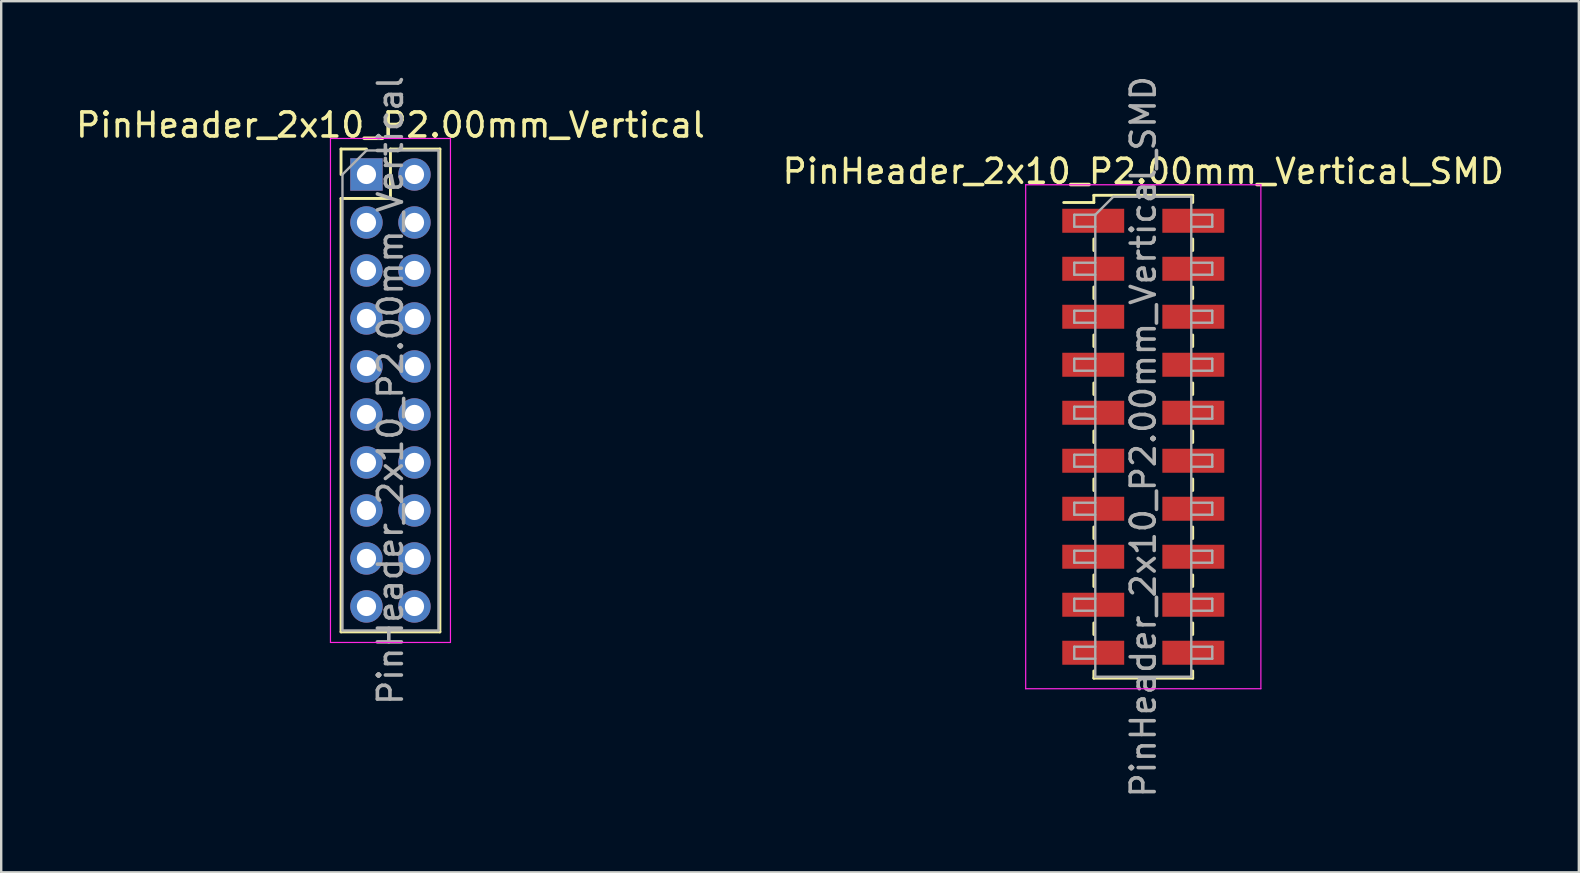
<source format=kicad_pcb>
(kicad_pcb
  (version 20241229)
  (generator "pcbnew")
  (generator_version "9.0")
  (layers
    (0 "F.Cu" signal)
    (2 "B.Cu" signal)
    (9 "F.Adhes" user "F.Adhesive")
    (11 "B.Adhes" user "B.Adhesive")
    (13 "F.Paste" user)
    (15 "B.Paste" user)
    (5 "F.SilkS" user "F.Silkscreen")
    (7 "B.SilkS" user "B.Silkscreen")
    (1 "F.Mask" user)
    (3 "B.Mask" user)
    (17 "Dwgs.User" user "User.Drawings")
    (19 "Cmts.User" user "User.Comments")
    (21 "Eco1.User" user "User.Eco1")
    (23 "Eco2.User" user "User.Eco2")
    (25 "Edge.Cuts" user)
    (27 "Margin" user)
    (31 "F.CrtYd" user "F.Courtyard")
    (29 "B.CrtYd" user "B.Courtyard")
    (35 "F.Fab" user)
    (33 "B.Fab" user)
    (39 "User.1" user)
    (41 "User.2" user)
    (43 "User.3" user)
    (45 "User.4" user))
  (footprint "PinHeader_2x10_P2.00mm_Vertical"
    (layer "F.Cu")
    (at 12.22 4.22)
    (property "Reference" "PinHeader_2x10_P2.00mm_Vertical" (at 1 -2.06 0) (layer "F.SilkS") (effects (font (size 1 1) (thickness 0.15))))
    (attr through_hole)
    (fp_line (start -1.06 -1.06) (end 0 -1.06) (stroke (width 0.12) (type solid)) (layer "F.SilkS"))
    (fp_line (start -1.06 0) (end -1.06 -1.06) (stroke (width 0.12) (type solid)) (layer "F.SilkS"))
    (fp_line (start -1.06 1) (end -1.06 19.06) (stroke (width 0.12) (type solid)) (layer "F.SilkS"))
    (fp_line (start -1.06 1) (end 1 1) (stroke (width 0.12) (type solid)) (layer "F.SilkS"))
    (fp_line (start -1.06 19.06) (end 3.06 19.06) (stroke (width 0.12) (type solid)) (layer "F.SilkS"))
    (fp_line (start 1 -1.06) (end 3.06 -1.06) (stroke (width 0.12) (type solid)) (layer "F.SilkS"))
    (fp_line (start 1 1) (end 1 -1.06) (stroke (width 0.12) (type solid)) (layer "F.SilkS"))
    (fp_line (start 3.06 -1.06) (end 3.06 19.06) (stroke (width 0.12) (type solid)) (layer "F.SilkS"))
    (fp_line (start -1.5 -1.5) (end -1.5 19.5) (stroke (width 0.05) (type solid)) (layer "F.CrtYd"))
    (fp_line (start -1.5 19.5) (end 3.5 19.5) (stroke (width 0.05) (type solid)) (layer "F.CrtYd"))
    (fp_line (start 3.5 -1.5) (end -1.5 -1.5) (stroke (width 0.05) (type solid)) (layer "F.CrtYd"))
    (fp_line (start 3.5 19.5) (end 3.5 -1.5) (stroke (width 0.05) (type solid)) (layer "F.CrtYd"))
    (fp_line (start -1 0) (end 0 -1) (stroke (width 0.1) (type solid)) (layer "F.Fab"))
    (fp_line (start -1 19) (end -1 0) (stroke (width 0.1) (type solid)) (layer "F.Fab"))
    (fp_line (start 0 -1) (end 3 -1) (stroke (width 0.1) (type solid)) (layer "F.Fab"))
    (fp_line (start 3 -1) (end 3 19) (stroke (width 0.1) (type solid)) (layer "F.Fab"))
    (fp_line (start 3 19) (end -1 19) (stroke (width 0.1) (type solid)) (layer "F.Fab"))
    (fp_text user "${REFERENCE}" (at 1 9 90) (layer "F.Fab") (effects (font (size 1 1) (thickness 0.15))))
    (pad "1" thru_hole rect (at 0 0) (size 1.35 1.35) (drill 0.8) (layers "*.Cu" "*.Mask"))
    (pad "2" thru_hole oval (at 2 0) (size 1.35 1.35) (drill 0.8) (layers "*.Cu" "*.Mask"))
    (pad "3" thru_hole oval (at 0 2) (size 1.35 1.35) (drill 0.8) (layers "*.Cu" "*.Mask"))
    (pad "4" thru_hole oval (at 2 2) (size 1.35 1.35) (drill 0.8) (layers "*.Cu" "*.Mask"))
    (pad "5" thru_hole oval (at 0 4) (size 1.35 1.35) (drill 0.8) (layers "*.Cu" "*.Mask"))
    (pad "6" thru_hole oval (at 2 4) (size 1.35 1.35) (drill 0.8) (layers "*.Cu" "*.Mask"))
    (pad "7" thru_hole oval (at 0 6) (size 1.35 1.35) (drill 0.8) (layers "*.Cu" "*.Mask"))
    (pad "8" thru_hole oval (at 2 6) (size 1.35 1.35) (drill 0.8) (layers "*.Cu" "*.Mask"))
    (pad "9" thru_hole oval (at 0 8) (size 1.35 1.35) (drill 0.8) (layers "*.Cu" "*.Mask"))
    (pad "10" thru_hole oval (at 2 8) (size 1.35 1.35) (drill 0.8) (layers "*.Cu" "*.Mask"))
    (pad "11" thru_hole oval (at 0 10) (size 1.35 1.35) (drill 0.8) (layers "*.Cu" "*.Mask"))
    (pad "12" thru_hole oval (at 2 10) (size 1.35 1.35) (drill 0.8) (layers "*.Cu" "*.Mask"))
    (pad "13" thru_hole oval (at 0 12) (size 1.35 1.35) (drill 0.8) (layers "*.Cu" "*.Mask"))
    (pad "14" thru_hole oval (at 2 12) (size 1.35 1.35) (drill 0.8) (layers "*.Cu" "*.Mask"))
    (pad "15" thru_hole oval (at 0 14) (size 1.35 1.35) (drill 0.8) (layers "*.Cu" "*.Mask"))
    (pad "16" thru_hole oval (at 2 14) (size 1.35 1.35) (drill 0.8) (layers "*.Cu" "*.Mask"))
    (pad "17" thru_hole oval (at 0 16) (size 1.35 1.35) (drill 0.8) (layers "*.Cu" "*.Mask"))
    (pad "18" thru_hole oval (at 2 16) (size 1.35 1.35) (drill 0.8) (layers "*.Cu" "*.Mask"))
    (pad "19" thru_hole oval (at 0 18) (size 1.35 1.35) (drill 0.8) (layers "*.Cu" "*.Mask"))
    (pad "20" thru_hole oval (at 2 18) (size 1.35 1.35) (drill 0.8) (layers "*.Cu" "*.Mask")))
  (footprint "PinHeader_2x10_P2.00mm_Vertical_SMD"
    (layer "F.Cu")
    (at 44.589 15.149)
    (property "Reference" "PinHeader_2x10_P2.00mm_Vertical_SMD" (at 0 -11.06 0) (layer "F.SilkS") (effects (font (size 1 1) (thickness 0.15))))
    (attr smd)
    (fp_line (start -3.315 -9.76) (end -2.06 -9.76) (stroke (width 0.12) (type solid)) (layer "F.SilkS"))
    (fp_line (start -2.06 -10.06) (end -2.06 -9.76) (stroke (width 0.12) (type solid)) (layer "F.SilkS"))
    (fp_line (start -2.06 -10.06) (end 2.06 -10.06) (stroke (width 0.12) (type solid)) (layer "F.SilkS"))
    (fp_line (start -2.06 -8.24) (end -2.06 -7.76) (stroke (width 0.12) (type solid)) (layer "F.SilkS"))
    (fp_line (start -2.06 -6.24) (end -2.06 -5.76) (stroke (width 0.12) (type solid)) (layer "F.SilkS"))
    (fp_line (start -2.06 -4.24) (end -2.06 -3.76) (stroke (width 0.12) (type solid)) (layer "F.SilkS"))
    (fp_line (start -2.06 -2.24) (end -2.06 -1.76) (stroke (width 0.12) (type solid)) (layer "F.SilkS"))
    (fp_line (start -2.06 -0.24) (end -2.06 0.24) (stroke (width 0.12) (type solid)) (layer "F.SilkS"))
    (fp_line (start -2.06 1.76) (end -2.06 2.24) (stroke (width 0.12) (type solid)) (layer "F.SilkS"))
    (fp_line (start -2.06 3.76) (end -2.06 4.24) (stroke (width 0.12) (type solid)) (layer "F.SilkS"))
    (fp_line (start -2.06 5.76) (end -2.06 6.24) (stroke (width 0.12) (type solid)) (layer "F.SilkS"))
    (fp_line (start -2.06 7.76) (end -2.06 8.24) (stroke (width 0.12) (type solid)) (layer "F.SilkS"))
    (fp_line (start -2.06 9.76) (end -2.06 10.06) (stroke (width 0.12) (type solid)) (layer "F.SilkS"))
    (fp_line (start -2.06 10.06) (end 2.06 10.06) (stroke (width 0.12) (type solid)) (layer "F.SilkS"))
    (fp_line (start 2.06 -10.06) (end 2.06 -9.76) (stroke (width 0.12) (type solid)) (layer "F.SilkS"))
    (fp_line (start 2.06 -8.24) (end 2.06 -7.76) (stroke (width 0.12) (type solid)) (layer "F.SilkS"))
    (fp_line (start 2.06 -6.24) (end 2.06 -5.76) (stroke (width 0.12) (type solid)) (layer "F.SilkS"))
    (fp_line (start 2.06 -4.24) (end 2.06 -3.76) (stroke (width 0.12) (type solid)) (layer "F.SilkS"))
    (fp_line (start 2.06 -2.24) (end 2.06 -1.76) (stroke (width 0.12) (type solid)) (layer "F.SilkS"))
    (fp_line (start 2.06 -0.24) (end 2.06 0.24) (stroke (width 0.12) (type solid)) (layer "F.SilkS"))
    (fp_line (start 2.06 1.76) (end 2.06 2.24) (stroke (width 0.12) (type solid)) (layer "F.SilkS"))
    (fp_line (start 2.06 3.76) (end 2.06 4.24) (stroke (width 0.12) (type solid)) (layer "F.SilkS"))
    (fp_line (start 2.06 5.76) (end 2.06 6.24) (stroke (width 0.12) (type solid)) (layer "F.SilkS"))
    (fp_line (start 2.06 7.76) (end 2.06 8.24) (stroke (width 0.12) (type solid)) (layer "F.SilkS"))
    (fp_line (start 2.06 9.76) (end 2.06 10.06) (stroke (width 0.12) (type solid)) (layer "F.SilkS"))
    (fp_line (start -4.9 -10.5) (end -4.9 10.5) (stroke (width 0.05) (type solid)) (layer "F.CrtYd"))
    (fp_line (start -4.9 10.5) (end 4.9 10.5) (stroke (width 0.05) (type solid)) (layer "F.CrtYd"))
    (fp_line (start 4.9 -10.5) (end -4.9 -10.5) (stroke (width 0.05) (type solid)) (layer "F.CrtYd"))
    (fp_line (start 4.9 10.5) (end 4.9 -10.5) (stroke (width 0.05) (type solid)) (layer "F.CrtYd"))
    (fp_line (start -2.875 -9.25) (end -2.875 -8.75) (stroke (width 0.1) (type solid)) (layer "F.Fab"))
    (fp_line (start -2.875 -8.75) (end -2 -8.75) (stroke (width 0.1) (type solid)) (layer "F.Fab"))
    (fp_line (start -2.875 -7.25) (end -2.875 -6.75) (stroke (width 0.1) (type solid)) (layer "F.Fab"))
    (fp_line (start -2.875 -6.75) (end -2 -6.75) (stroke (width 0.1) (type solid)) (layer "F.Fab"))
    (fp_line (start -2.875 -5.25) (end -2.875 -4.75) (stroke (width 0.1) (type solid)) (layer "F.Fab"))
    (fp_line (start -2.875 -4.75) (end -2 -4.75) (stroke (width 0.1) (type solid)) (layer "F.Fab"))
    (fp_line (start -2.875 -3.25) (end -2.875 -2.75) (stroke (width 0.1) (type solid)) (layer "F.Fab"))
    (fp_line (start -2.875 -2.75) (end -2 -2.75) (stroke (width 0.1) (type solid)) (layer "F.Fab"))
    (fp_line (start -2.875 -1.25) (end -2.875 -0.75) (stroke (width 0.1) (type solid)) (layer "F.Fab"))
    (fp_line (start -2.875 -0.75) (end -2 -0.75) (stroke (width 0.1) (type solid)) (layer "F.Fab"))
    (fp_line (start -2.875 0.75) (end -2.875 1.25) (stroke (width 0.1) (type solid)) (layer "F.Fab"))
    (fp_line (start -2.875 1.25) (end -2 1.25) (stroke (width 0.1) (type solid)) (layer "F.Fab"))
    (fp_line (start -2.875 2.75) (end -2.875 3.25) (stroke (width 0.1) (type solid)) (layer "F.Fab"))
    (fp_line (start -2.875 3.25) (end -2 3.25) (stroke (width 0.1) (type solid)) (layer "F.Fab"))
    (fp_line (start -2.875 4.75) (end -2.875 5.25) (stroke (width 0.1) (type solid)) (layer "F.Fab"))
    (fp_line (start -2.875 5.25) (end -2 5.25) (stroke (width 0.1) (type solid)) (layer "F.Fab"))
    (fp_line (start -2.875 6.75) (end -2.875 7.25) (stroke (width 0.1) (type solid)) (layer "F.Fab"))
    (fp_line (start -2.875 7.25) (end -2 7.25) (stroke (width 0.1) (type solid)) (layer "F.Fab"))
    (fp_line (start -2.875 8.75) (end -2.875 9.25) (stroke (width 0.1) (type solid)) (layer "F.Fab"))
    (fp_line (start -2.875 9.25) (end -2 9.25) (stroke (width 0.1) (type solid)) (layer "F.Fab"))
    (fp_line (start -2 -9.25) (end -2.875 -9.25) (stroke (width 0.1) (type solid)) (layer "F.Fab"))
    (fp_line (start -2 -9.25) (end -1.25 -10) (stroke (width 0.1) (type solid)) (layer "F.Fab"))
    (fp_line (start -2 -7.25) (end -2.875 -7.25) (stroke (width 0.1) (type solid)) (layer "F.Fab"))
    (fp_line (start -2 -5.25) (end -2.875 -5.25) (stroke (width 0.1) (type solid)) (layer "F.Fab"))
    (fp_line (start -2 -3.25) (end -2.875 -3.25) (stroke (width 0.1) (type solid)) (layer "F.Fab"))
    (fp_line (start -2 -1.25) (end -2.875 -1.25) (stroke (width 0.1) (type solid)) (layer "F.Fab"))
    (fp_line (start -2 0.75) (end -2.875 0.75) (stroke (width 0.1) (type solid)) (layer "F.Fab"))
    (fp_line (start -2 2.75) (end -2.875 2.75) (stroke (width 0.1) (type solid)) (layer "F.Fab"))
    (fp_line (start -2 4.75) (end -2.875 4.75) (stroke (width 0.1) (type solid)) (layer "F.Fab"))
    (fp_line (start -2 6.75) (end -2.875 6.75) (stroke (width 0.1) (type solid)) (layer "F.Fab"))
    (fp_line (start -2 8.75) (end -2.875 8.75) (stroke (width 0.1) (type solid)) (layer "F.Fab"))
    (fp_line (start -2 10) (end -2 -9.25) (stroke (width 0.1) (type solid)) (layer "F.Fab"))
    (fp_line (start -1.25 -10) (end 2 -10) (stroke (width 0.1) (type solid)) (layer "F.Fab"))
    (fp_line (start 2 -10) (end 2 10) (stroke (width 0.1) (type solid)) (layer "F.Fab"))
    (fp_line (start 2 -9.25) (end 2.875 -9.25) (stroke (width 0.1) (type solid)) (layer "F.Fab"))
    (fp_line (start 2 -7.25) (end 2.875 -7.25) (stroke (width 0.1) (type solid)) (layer "F.Fab"))
    (fp_line (start 2 -5.25) (end 2.875 -5.25) (stroke (width 0.1) (type solid)) (layer "F.Fab"))
    (fp_line (start 2 -3.25) (end 2.875 -3.25) (stroke (width 0.1) (type solid)) (layer "F.Fab"))
    (fp_line (start 2 -1.25) (end 2.875 -1.25) (stroke (width 0.1) (type solid)) (layer "F.Fab"))
    (fp_line (start 2 0.75) (end 2.875 0.75) (stroke (width 0.1) (type solid)) (layer "F.Fab"))
    (fp_line (start 2 2.75) (end 2.875 2.75) (stroke (width 0.1) (type solid)) (layer "F.Fab"))
    (fp_line (start 2 4.75) (end 2.875 4.75) (stroke (width 0.1) (type solid)) (layer "F.Fab"))
    (fp_line (start 2 6.75) (end 2.875 6.75) (stroke (width 0.1) (type solid)) (layer "F.Fab"))
    (fp_line (start 2 8.75) (end 2.875 8.75) (stroke (width 0.1) (type solid)) (layer "F.Fab"))
    (fp_line (start 2 10) (end -2 10) (stroke (width 0.1) (type solid)) (layer "F.Fab"))
    (fp_line (start 2.875 -9.25) (end 2.875 -8.75) (stroke (width 0.1) (type solid)) (layer "F.Fab"))
    (fp_line (start 2.875 -8.75) (end 2 -8.75) (stroke (width 0.1) (type solid)) (layer "F.Fab"))
    (fp_line (start 2.875 -7.25) (end 2.875 -6.75) (stroke (width 0.1) (type solid)) (layer "F.Fab"))
    (fp_line (start 2.875 -6.75) (end 2 -6.75) (stroke (width 0.1) (type solid)) (layer "F.Fab"))
    (fp_line (start 2.875 -5.25) (end 2.875 -4.75) (stroke (width 0.1) (type solid)) (layer "F.Fab"))
    (fp_line (start 2.875 -4.75) (end 2 -4.75) (stroke (width 0.1) (type solid)) (layer "F.Fab"))
    (fp_line (start 2.875 -3.25) (end 2.875 -2.75) (stroke (width 0.1) (type solid)) (layer "F.Fab"))
    (fp_line (start 2.875 -2.75) (end 2 -2.75) (stroke (width 0.1) (type solid)) (layer "F.Fab"))
    (fp_line (start 2.875 -1.25) (end 2.875 -0.75) (stroke (width 0.1) (type solid)) (layer "F.Fab"))
    (fp_line (start 2.875 -0.75) (end 2 -0.75) (stroke (width 0.1) (type solid)) (layer "F.Fab"))
    (fp_line (start 2.875 0.75) (end 2.875 1.25) (stroke (width 0.1) (type solid)) (layer "F.Fab"))
    (fp_line (start 2.875 1.25) (end 2 1.25) (stroke (width 0.1) (type solid)) (layer "F.Fab"))
    (fp_line (start 2.875 2.75) (end 2.875 3.25) (stroke (width 0.1) (type solid)) (layer "F.Fab"))
    (fp_line (start 2.875 3.25) (end 2 3.25) (stroke (width 0.1) (type solid)) (layer "F.Fab"))
    (fp_line (start 2.875 4.75) (end 2.875 5.25) (stroke (width 0.1) (type solid)) (layer "F.Fab"))
    (fp_line (start 2.875 5.25) (end 2 5.25) (stroke (width 0.1) (type solid)) (layer "F.Fab"))
    (fp_line (start 2.875 6.75) (end 2.875 7.25) (stroke (width 0.1) (type solid)) (layer "F.Fab"))
    (fp_line (start 2.875 7.25) (end 2 7.25) (stroke (width 0.1) (type solid)) (layer "F.Fab"))
    (fp_line (start 2.875 8.75) (end 2.875 9.25) (stroke (width 0.1) (type solid)) (layer "F.Fab"))
    (fp_line (start 2.875 9.25) (end 2 9.25) (stroke (width 0.1) (type solid)) (layer "F.Fab"))
    (fp_text user "${REFERENCE}" (at 0 0 90) (layer "F.Fab") (effects (font (size 1 1) (thickness 0.15))))
    (pad "1" smd rect (at -2.085 -9) (size 2.58 1) (layers "F.Cu" "F.Mask" "F.Paste"))
    (pad "2" smd rect (at 2.085 -9) (size 2.58 1) (layers "F.Cu" "F.Mask" "F.Paste"))
    (pad "3" smd rect (at -2.085 -7) (size 2.58 1) (layers "F.Cu" "F.Mask" "F.Paste"))
    (pad "4" smd rect (at 2.085 -7) (size 2.58 1) (layers "F.Cu" "F.Mask" "F.Paste"))
    (pad "5" smd rect (at -2.085 -5) (size 2.58 1) (layers "F.Cu" "F.Mask" "F.Paste"))
    (pad "6" smd rect (at 2.085 -5) (size 2.58 1) (layers "F.Cu" "F.Mask" "F.Paste"))
    (pad "7" smd rect (at -2.085 -3) (size 2.58 1) (layers "F.Cu" "F.Mask" "F.Paste"))
    (pad "8" smd rect (at 2.085 -3) (size 2.58 1) (layers "F.Cu" "F.Mask" "F.Paste"))
    (pad "9" smd rect (at -2.085 -1) (size 2.58 1) (layers "F.Cu" "F.Mask" "F.Paste"))
    (pad "10" smd rect (at 2.085 -1) (size 2.58 1) (layers "F.Cu" "F.Mask" "F.Paste"))
    (pad "11" smd rect (at -2.085 1) (size 2.58 1) (layers "F.Cu" "F.Mask" "F.Paste"))
    (pad "12" smd rect (at 2.085 1) (size 2.58 1) (layers "F.Cu" "F.Mask" "F.Paste"))
    (pad "13" smd rect (at -2.085 3) (size 2.58 1) (layers "F.Cu" "F.Mask" "F.Paste"))
    (pad "14" smd rect (at 2.085 3) (size 2.58 1) (layers "F.Cu" "F.Mask" "F.Paste"))
    (pad "15" smd rect (at -2.085 5) (size 2.58 1) (layers "F.Cu" "F.Mask" "F.Paste"))
    (pad "16" smd rect (at 2.085 5) (size 2.58 1) (layers "F.Cu" "F.Mask" "F.Paste"))
    (pad "17" smd rect (at -2.085 7) (size 2.58 1) (layers "F.Cu" "F.Mask" "F.Paste"))
    (pad "18" smd rect (at 2.085 7) (size 2.58 1) (layers "F.Cu" "F.Mask" "F.Paste"))
    (pad "19" smd rect (at -2.085 9) (size 2.58 1) (layers "F.Cu" "F.Mask" "F.Paste"))
    (pad "20" smd rect (at 2.085 9) (size 2.58 1) (layers "F.Cu" "F.Mask" "F.Paste")))
  (gr_rect
    (start -3 -3)
    (end 62.738 33.298)
    (stroke (width 0.1) (type default))
    (fill no)
    (layer "Edge.Cuts")))
</source>
